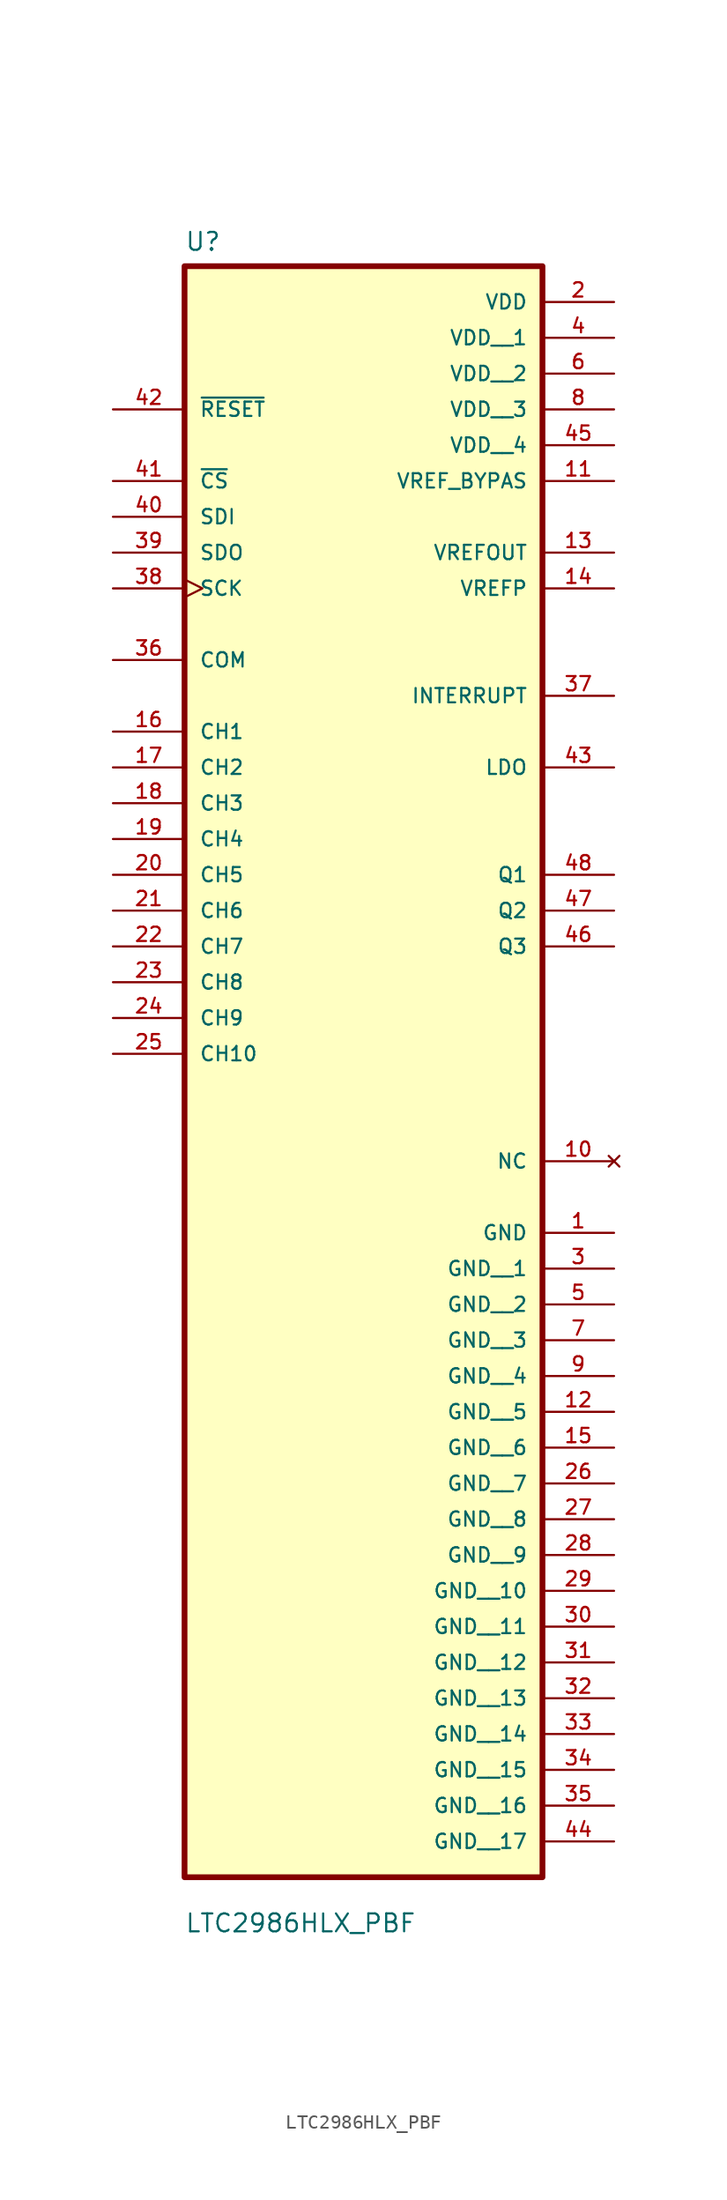
<source format=kicad_sym>
(kicad_symbol_lib
  (version 20211014)
  (generator kicad_symbol_editor)
  (symbol "LTC2986HLX_PBF"
    (pin_names
      (offset 1.016))
    (property "Reference" "U"
      (at -12.7 31.48 0.0)
      (effects (font (size 1.27 1.27)) (justify bottom left)))
    (property "Value" "LTC2986HLX_PBF"
      (at -12.7 -87.82 0.0)
      (effects (font (size 1.27 1.27)) (justify bottom left)))
    (symbol "LTC2986HLX_PBF_0_0"
      (rectangle (start -12.7 -83.82) (end 12.7 30.48) (stroke (width 0.41)) (fill (type background)))
      (pin input line (at -17.78 15.24 0) (length 5.08) (name "~{CS}" (effects (font (size 1.016 1.016)))) (number "41" (effects (font (size 1.016 1.016)))))
      (pin output line (at 17.78 0.0 180.0) (length 5.08) (name "INTERRUPT" (effects (font (size 1.016 1.016)))) (number "37" (effects (font (size 1.016 1.016)))))
      (pin input line (at -17.78 20.32 0) (length 5.08) (name "~{RESET}" (effects (font (size 1.016 1.016)))) (number "42" (effects (font (size 1.016 1.016)))))
      (pin input clock (at -17.78 7.62 0) (length 5.08) (name "SCK" (effects (font (size 1.016 1.016)))) (number "38" (effects (font (size 1.016 1.016)))))
      (pin input line (at -17.78 12.7 0) (length 5.08) (name "SDI" (effects (font (size 1.016 1.016)))) (number "40" (effects (font (size 1.016 1.016)))))
      (pin input line (at -17.78 -2.54 0) (length 5.08) (name "CH1" (effects (font (size 1.016 1.016)))) (number "16" (effects (font (size 1.016 1.016)))))
      (pin input line (at -17.78 -5.08 0) (length 5.08) (name "CH2" (effects (font (size 1.016 1.016)))) (number "17" (effects (font (size 1.016 1.016)))))
      (pin input line (at -17.78 -7.62 0) (length 5.08) (name "CH3" (effects (font (size 1.016 1.016)))) (number "18" (effects (font (size 1.016 1.016)))))
      (pin input line (at -17.78 -12.7 0) (length 5.08) (name "CH5" (effects (font (size 1.016 1.016)))) (number "20" (effects (font (size 1.016 1.016)))))
      (pin input line (at -17.78 2.54 0) (length 5.08) (name "COM" (effects (font (size 1.016 1.016)))) (number "36" (effects (font (size 1.016 1.016)))))
      (pin no_connect line (at 17.78 -33.02 180.0) (length 5.08) (name "NC" (effects (font (size 1.016 1.016)))) (number "10" (effects (font (size 1.016 1.016)))))
      (pin passive line (at 17.78 -12.7 180.0) (length 5.08) (name "Q1" (effects (font (size 1.016 1.016)))) (number "48" (effects (font (size 1.016 1.016)))))
      (pin passive line (at 17.78 -15.24 180.0) (length 5.08) (name "Q2" (effects (font (size 1.016 1.016)))) (number "47" (effects (font (size 1.016 1.016)))))
      (pin passive line (at 17.78 -17.78 180.0) (length 5.08) (name "Q3" (effects (font (size 1.016 1.016)))) (number "46" (effects (font (size 1.016 1.016)))))
      (pin power_in line (at 17.78 27.94 180.0) (length 5.08) (name "VDD" (effects (font (size 1.016 1.016)))) (number "2" (effects (font (size 1.016 1.016)))))
      (pin power_in line (at 17.78 15.24 180.0) (length 5.08) (name "VREF_BYPAS" (effects (font (size 1.016 1.016)))) (number "11" (effects (font (size 1.016 1.016)))))
      (pin output line (at 17.78 10.16 180.0) (length 5.08) (name "VREFOUT" (effects (font (size 1.016 1.016)))) (number "13" (effects (font (size 1.016 1.016)))))
      (pin output line (at 17.78 -5.08 180.0) (length 5.08) (name "LDO" (effects (font (size 1.016 1.016)))) (number "43" (effects (font (size 1.016 1.016)))))
      (pin output line (at -17.78 10.16 0) (length 5.08) (name "SDO" (effects (font (size 1.016 1.016)))) (number "39" (effects (font (size 1.016 1.016)))))
      (pin input line (at 17.78 7.62 180.0) (length 5.08) (name "VREFP" (effects (font (size 1.016 1.016)))) (number "14" (effects (font (size 1.016 1.016)))))
      (pin input line (at -17.78 -15.24 0) (length 5.08) (name "CH6" (effects (font (size 1.016 1.016)))) (number "21" (effects (font (size 1.016 1.016)))))
      (pin input line (at -17.78 -17.78 0) (length 5.08) (name "CH7" (effects (font (size 1.016 1.016)))) (number "22" (effects (font (size 1.016 1.016)))))
      (pin input line (at -17.78 -20.32 0) (length 5.08) (name "CH8" (effects (font (size 1.016 1.016)))) (number "23" (effects (font (size 1.016 1.016)))))
      (pin input line (at -17.78 -22.86 0) (length 5.08) (name "CH9" (effects (font (size 1.016 1.016)))) (number "24" (effects (font (size 1.016 1.016)))))
      (pin input line (at -17.78 -25.4 0) (length 5.08) (name "CH10" (effects (font (size 1.016 1.016)))) (number "25" (effects (font (size 1.016 1.016)))))
      (pin power_in line (at 17.78 -38.1 180.0) (length 5.08) (name "GND" (effects (font (size 1.016 1.016)))) (number "1" (effects (font (size 1.016 1.016)))))
      (pin input line (at -17.78 -10.16 0) (length 5.08) (name "CH4" (effects (font (size 1.016 1.016)))) (number "19" (effects (font (size 1.016 1.016)))))
      (pin power_in line (at 17.78 25.4 180.0) (length 5.08) (name "VDD__1" (effects (font (size 1.016 1.016)))) (number "4" (effects (font (size 1.016 1.016)))))
      (pin power_in line (at 17.78 22.86 180.0) (length 5.08) (name "VDD__2" (effects (font (size 1.016 1.016)))) (number "6" (effects (font (size 1.016 1.016)))))
      (pin power_in line (at 17.78 20.32 180.0) (length 5.08) (name "VDD__3" (effects (font (size 1.016 1.016)))) (number "8" (effects (font (size 1.016 1.016)))))
      (pin power_in line (at 17.78 17.78 180.0) (length 5.08) (name "VDD__4" (effects (font (size 1.016 1.016)))) (number "45" (effects (font (size 1.016 1.016)))))
      (pin power_in line (at 17.78 -40.64 180.0) (length 5.08) (name "GND__1" (effects (font (size 1.016 1.016)))) (number "3" (effects (font (size 1.016 1.016)))))
      (pin power_in line (at 17.78 -43.18 180.0) (length 5.08) (name "GND__2" (effects (font (size 1.016 1.016)))) (number "5" (effects (font (size 1.016 1.016)))))
      (pin power_in line (at 17.78 -45.72 180.0) (length 5.08) (name "GND__3" (effects (font (size 1.016 1.016)))) (number "7" (effects (font (size 1.016 1.016)))))
      (pin power_in line (at 17.78 -48.26 180.0) (length 5.08) (name "GND__4" (effects (font (size 1.016 1.016)))) (number "9" (effects (font (size 1.016 1.016)))))
      (pin power_in line (at 17.78 -50.8 180.0) (length 5.08) (name "GND__5" (effects (font (size 1.016 1.016)))) (number "12" (effects (font (size 1.016 1.016)))))
      (pin power_in line (at 17.78 -53.34 180.0) (length 5.08) (name "GND__6" (effects (font (size 1.016 1.016)))) (number "15" (effects (font (size 1.016 1.016)))))
      (pin power_in line (at 17.78 -55.88 180.0) (length 5.08) (name "GND__7" (effects (font (size 1.016 1.016)))) (number "26" (effects (font (size 1.016 1.016)))))
      (pin power_in line (at 17.78 -58.42 180.0) (length 5.08) (name "GND__8" (effects (font (size 1.016 1.016)))) (number "27" (effects (font (size 1.016 1.016)))))
      (pin power_in line (at 17.78 -60.96 180.0) (length 5.08) (name "GND__9" (effects (font (size 1.016 1.016)))) (number "28" (effects (font (size 1.016 1.016)))))
      (pin power_in line (at 17.78 -63.5 180.0) (length 5.08) (name "GND__10" (effects (font (size 1.016 1.016)))) (number "29" (effects (font (size 1.016 1.016)))))
      (pin power_in line (at 17.78 -66.04 180.0) (length 5.08) (name "GND__11" (effects (font (size 1.016 1.016)))) (number "30" (effects (font (size 1.016 1.016)))))
      (pin power_in line (at 17.78 -68.58 180.0) (length 5.08) (name "GND__12" (effects (font (size 1.016 1.016)))) (number "31" (effects (font (size 1.016 1.016)))))
      (pin power_in line (at 17.78 -71.12 180.0) (length 5.08) (name "GND__13" (effects (font (size 1.016 1.016)))) (number "32" (effects (font (size 1.016 1.016)))))
      (pin power_in line (at 17.78 -73.66 180.0) (length 5.08) (name "GND__14" (effects (font (size 1.016 1.016)))) (number "33" (effects (font (size 1.016 1.016)))))
      (pin power_in line (at 17.78 -76.2 180.0) (length 5.08) (name "GND__15" (effects (font (size 1.016 1.016)))) (number "34" (effects (font (size 1.016 1.016)))))
      (pin power_in line (at 17.78 -78.74 180.0) (length 5.08) (name "GND__16" (effects (font (size 1.016 1.016)))) (number "35" (effects (font (size 1.016 1.016)))))
      (pin power_in line (at 17.78 -81.28 180.0) (length 5.08) (name "GND__17" (effects (font (size 1.016 1.016)))) (number "44" (effects (font (size 1.016 1.016))))))))
</source>
